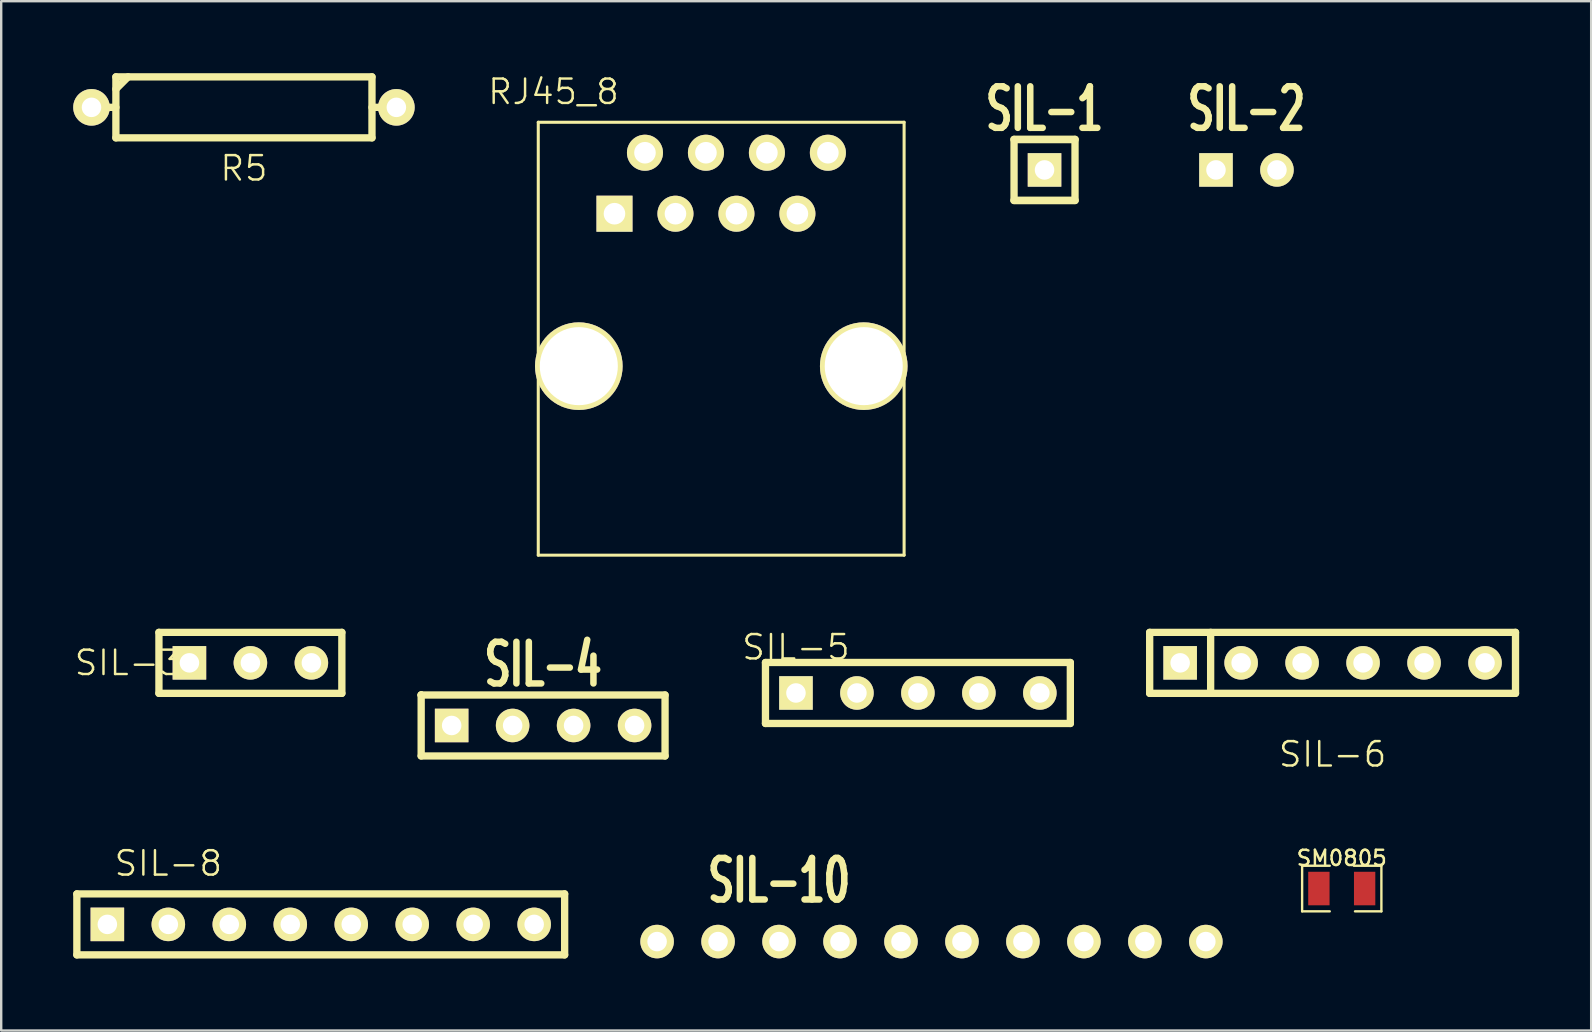
<source format=kicad_pcb>
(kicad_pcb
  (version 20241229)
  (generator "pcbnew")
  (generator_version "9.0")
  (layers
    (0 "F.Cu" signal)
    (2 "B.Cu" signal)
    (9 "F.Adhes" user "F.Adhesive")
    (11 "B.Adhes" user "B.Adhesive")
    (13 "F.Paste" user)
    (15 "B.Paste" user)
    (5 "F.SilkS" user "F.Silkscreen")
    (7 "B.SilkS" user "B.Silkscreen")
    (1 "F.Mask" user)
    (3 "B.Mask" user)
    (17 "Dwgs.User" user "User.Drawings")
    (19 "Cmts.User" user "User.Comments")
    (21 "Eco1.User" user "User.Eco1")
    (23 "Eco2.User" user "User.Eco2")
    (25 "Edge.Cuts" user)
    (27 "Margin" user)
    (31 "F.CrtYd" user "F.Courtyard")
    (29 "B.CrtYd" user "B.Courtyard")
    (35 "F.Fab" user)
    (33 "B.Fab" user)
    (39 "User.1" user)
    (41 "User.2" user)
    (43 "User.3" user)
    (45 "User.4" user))
  (footprint "SIL-3"
    (layer "F.Cu")
    (at 7.381 24.563)
    (property "Reference" "SIL-3" (at -5.08 0 0) (layer "F.SilkS") (effects (font (size 1.016 1.016) (thickness 0.102))))
    (attr through_hole)
    (fp_line (start -3.81 -1.27) (end 3.81 -1.27) (stroke (width 0.305) (type solid)) (layer "F.SilkS"))
    (fp_line (start -3.81 1.27) (end -3.81 -1.27) (stroke (width 0.305) (type solid)) (layer "F.SilkS"))
    (fp_line (start 3.81 -1.27) (end 3.81 1.27) (stroke (width 0.305) (type solid)) (layer "F.SilkS"))
    (fp_line (start 3.81 1.27) (end -3.81 1.27) (stroke (width 0.305) (type solid)) (layer "F.SilkS"))
    (pad "1" thru_hole rect (at -2.54 0) (size 1.397 1.397) (drill 0.813) (layers "*.Cu" "*.Mask" "F.SilkS"))
    (pad "2" thru_hole circle (at 0 0) (size 1.397 1.397) (drill 0.813) (layers "*.Cu" "*.Mask" "F.SilkS"))
    (pad "3" thru_hole circle (at 2.54 0) (size 1.397 1.397) (drill 0.813) (layers "*.Cu" "*.Mask" "F.SilkS")))
  (footprint "SIL-1"
    (layer "F.Cu")
    (at 40.463 4.029)
    (property "Reference" "SIL-1" (at 0 -2.54 0) (layer "F.SilkS") (effects (font (size 1.73 1.087) (thickness 0.272))))
    (attr through_hole)
    (fp_line (start -1.27 -1.27) (end 1.27 -1.27) (stroke (width 0.318) (type solid)) (layer "F.SilkS"))
    (fp_line (start -1.27 1.27) (end -1.27 -1.27) (stroke (width 0.305) (type solid)) (layer "F.SilkS"))
    (fp_line (start -1.27 1.27) (end 1.27 1.27) (stroke (width 0.318) (type solid)) (layer "F.SilkS"))
    (fp_line (start 1.27 -1.27) (end 1.27 1.27) (stroke (width 0.305) (type solid)) (layer "F.SilkS"))
    (pad "1" thru_hole rect (at 0 0) (size 1.397 1.397) (drill 0.813) (layers "*.Cu" "*.Mask" "F.SilkS")))
  (footprint "R5"
    (layer "F.Cu")
    (at 7.112 1.422)
    (property "Reference" "R5" (at 0 2.54 0) (layer "F.SilkS") (effects (font (size 1.016 1.016) (thickness 0.102))))
    (attr through_hole)
    (fp_line (start -6.35 0) (end -5.334 0) (stroke (width 0.305) (type solid)) (layer "F.SilkS"))
    (fp_line (start -5.334 -1.27) (end 5.334 -1.27) (stroke (width 0.305) (type solid)) (layer "F.SilkS"))
    (fp_line (start -5.334 -0.762) (end -4.826 -1.27) (stroke (width 0.305) (type solid)) (layer "F.SilkS"))
    (fp_line (start -5.334 1.27) (end -5.334 -1.27) (stroke (width 0.305) (type solid)) (layer "F.SilkS"))
    (fp_line (start 5.334 -1.27) (end 5.334 1.27) (stroke (width 0.305) (type solid)) (layer "F.SilkS"))
    (fp_line (start 5.334 1.27) (end -5.334 1.27) (stroke (width 0.305) (type solid)) (layer "F.SilkS"))
    (fp_line (start 6.35 0) (end 5.334 0) (stroke (width 0.305) (type solid)) (layer "F.SilkS"))
    (pad "1" thru_hole circle (at -6.35 0) (size 1.524 1.524) (drill 0.813) (layers "*.Cu" "*.Mask" "F.SilkS"))
    (pad "2" thru_hole circle (at 6.35 0) (size 1.524 1.524) (drill 0.813) (layers "*.Cu" "*.Mask" "F.SilkS")))
  (footprint "SIL-4"
    (layer "F.Cu")
    (at 19.575 27.172)
    (property "Reference" "SIL-4" (at 0 -2.54 0) (layer "F.SilkS") (effects (font (size 1.735 1.087) (thickness 0.305))))
    (attr through_hole)
    (fp_line (start -5.08 -1.27) (end -5.08 -1.27) (stroke (width 0.305) (type solid)) (layer "F.SilkS"))
    (fp_line (start -5.08 -1.27) (end -5.08 -1.27) (stroke (width 0.305) (type solid)) (layer "F.SilkS"))
    (fp_line (start -5.08 -1.27) (end 5.08 -1.27) (stroke (width 0.305) (type solid)) (layer "F.SilkS"))
    (fp_line (start -5.08 1.27) (end -5.08 -1.27) (stroke (width 0.305) (type solid)) (layer "F.SilkS"))
    (fp_line (start 5.08 -1.27) (end 5.08 1.27) (stroke (width 0.305) (type solid)) (layer "F.SilkS"))
    (fp_line (start 5.08 1.27) (end -5.08 1.27) (stroke (width 0.305) (type solid)) (layer "F.SilkS"))
    (pad "1" thru_hole rect (at -3.81 0) (size 1.397 1.397) (drill 0.813) (layers "*.Cu" "*.Mask" "F.SilkS"))
    (pad "2" thru_hole circle (at -1.27 0) (size 1.397 1.397) (drill 0.813) (layers "*.Cu" "*.Mask" "F.SilkS"))
    (pad "3" thru_hole circle (at 1.27 0) (size 1.397 1.397) (drill 0.813) (layers "*.Cu" "*.Mask" "F.SilkS"))
    (pad "4" thru_hole circle (at 3.81 0) (size 1.397 1.397) (drill 0.813) (layers "*.Cu" "*.Mask" "F.SilkS")))
  (footprint "SIL-8"
    (layer "F.Cu")
    (at 10.312 35.458)
    (property "Reference" "SIL-8" (at -6.35 -2.54 0) (layer "F.SilkS") (effects (font (size 1.016 1.016) (thickness 0.102))))
    (attr through_hole)
    (fp_line (start -10.16 -1.27) (end 10.16 -1.27) (stroke (width 0.305) (type solid)) (layer "F.SilkS"))
    (fp_line (start -10.16 1.27) (end -10.16 -1.27) (stroke (width 0.305) (type solid)) (layer "F.SilkS"))
    (fp_line (start 10.16 -1.27) (end 10.16 1.27) (stroke (width 0.305) (type solid)) (layer "F.SilkS"))
    (fp_line (start 10.16 1.27) (end -10.16 1.27) (stroke (width 0.305) (type solid)) (layer "F.SilkS"))
    (pad "1" thru_hole rect (at -8.89 0) (size 1.397 1.397) (drill 0.813) (layers "*.Cu" "*.Mask" "F.SilkS"))
    (pad "2" thru_hole circle (at -6.35 0) (size 1.397 1.397) (drill 0.813) (layers "*.Cu" "*.Mask" "F.SilkS"))
    (pad "3" thru_hole circle (at -3.81 0) (size 1.397 1.397) (drill 0.813) (layers "*.Cu" "*.Mask" "F.SilkS"))
    (pad "4" thru_hole circle (at -1.27 0) (size 1.397 1.397) (drill 0.813) (layers "*.Cu" "*.Mask" "F.SilkS"))
    (pad "5" thru_hole circle (at 1.27 0) (size 1.397 1.397) (drill 0.813) (layers "*.Cu" "*.Mask" "F.SilkS"))
    (pad "6" thru_hole circle (at 3.81 0) (size 1.397 1.397) (drill 0.813) (layers "*.Cu" "*.Mask" "F.SilkS"))
    (pad "7" thru_hole circle (at 6.35 0) (size 1.397 1.397) (drill 0.813) (layers "*.Cu" "*.Mask" "F.SilkS"))
    (pad "8" thru_hole circle (at 8.89 0) (size 1.397 1.397) (drill 0.813) (layers "*.Cu" "*.Mask" "F.SilkS")))
  (footprint "RJ45_8"
    (layer "F.Cu")
    (at 26.993 12.203)
    (property "Reference" "RJ45_8" (at -6.985 -11.43 0) (layer "F.SilkS") (effects (font (size 1.016 1.016) (thickness 0.102))))
    (attr through_hole)
    (fp_line (start -7.62 -10.16) (end -7.62 7.874) (stroke (width 0.127) (type solid)) (layer "F.SilkS"))
    (fp_line (start -7.62 7.874) (end 7.62 7.874) (stroke (width 0.127) (type solid)) (layer "F.SilkS"))
    (fp_line (start 7.62 -10.16) (end -7.62 -10.16) (stroke (width 0.127) (type solid)) (layer "F.SilkS"))
    (fp_line (start 7.62 7.874) (end 7.62 -10.16) (stroke (width 0.127) (type solid)) (layer "F.SilkS"))
    (pad "1" thru_hole rect (at -4.445 -6.35) (size 1.501 1.501) (drill 0.899) (layers "*.Cu" "*.Mask" "F.SilkS"))
    (pad "2" thru_hole circle (at -3.175 -8.89) (size 1.501 1.501) (drill 0.899) (layers "*.Cu" "*.Mask" "F.SilkS"))
    (pad "3" thru_hole circle (at -1.905 -6.35) (size 1.501 1.501) (drill 0.899) (layers "*.Cu" "*.Mask" "F.SilkS"))
    (pad "4" thru_hole circle (at -0.635 -8.89) (size 1.501 1.501) (drill 0.899) (layers "*.Cu" "*.Mask" "F.SilkS"))
    (pad "5" thru_hole circle (at 0.635 -6.35) (size 1.501 1.501) (drill 0.899) (layers "*.Cu" "*.Mask" "F.SilkS"))
    (pad "6" thru_hole circle (at 1.905 -8.89) (size 1.501 1.501) (drill 0.899) (layers "*.Cu" "*.Mask" "F.SilkS"))
    (pad "7" thru_hole circle (at 3.175 -6.35) (size 1.501 1.501) (drill 0.899) (layers "*.Cu" "*.Mask" "F.SilkS"))
    (pad "8" thru_hole circle (at 4.445 -8.89) (size 1.501 1.501) (drill 0.899) (layers "*.Cu" "*.Mask" "F.SilkS"))
    (pad "Hole" thru_hole circle (at -5.931 0) (size 3.65 3.65) (drill 3.251) (layers "*.Cu" "*.Mask" "F.SilkS"))
    (pad "Hole" thru_hole circle (at 5.939 0) (size 3.65 3.65) (drill 3.251) (layers "*.Cu" "*.Mask" "F.SilkS")))
  (footprint "SIL-10"
    (layer "F.Cu")
    (at 35.753 36.174)
    (property "Reference" "SIL-10" (at -6.35 -2.54 0) (layer "F.SilkS") (effects (font (size 1.73 1.087) (thickness 0.272))))
    (attr through_hole)
    (pad "1" thru_hole circle (at -11.43 0) (size 1.397 1.397) (drill 0.813) (layers "*.Cu" "*.Mask" "F.SilkS"))
    (pad "2" thru_hole circle (at -8.89 0) (size 1.397 1.397) (drill 0.813) (layers "*.Cu" "*.Mask" "F.SilkS"))
    (pad "3" thru_hole circle (at -6.35 0) (size 1.397 1.397) (drill 0.813) (layers "*.Cu" "*.Mask" "F.SilkS"))
    (pad "4" thru_hole circle (at -3.81 0) (size 1.397 1.397) (drill 0.813) (layers "*.Cu" "*.Mask" "F.SilkS"))
    (pad "5" thru_hole circle (at -1.27 0) (size 1.397 1.397) (drill 0.813) (layers "*.Cu" "*.Mask" "F.SilkS"))
    (pad "6" thru_hole circle (at 1.27 0) (size 1.397 1.397) (drill 0.813) (layers "*.Cu" "*.Mask" "F.SilkS"))
    (pad "7" thru_hole circle (at 3.81 0) (size 1.397 1.397) (drill 0.813) (layers "*.Cu" "*.Mask" "F.SilkS"))
    (pad "8" thru_hole circle (at 6.35 0) (size 1.397 1.397) (drill 0.813) (layers "*.Cu" "*.Mask" "F.SilkS"))
    (pad "9" thru_hole circle (at 8.89 0) (size 1.397 1.397) (drill 0.813) (layers "*.Cu" "*.Mask" "F.SilkS"))
    (pad "10" thru_hole circle (at 11.43 0) (size 1.397 1.397) (drill 0.813) (layers "*.Cu" "*.Mask" "F.SilkS")))
  (footprint "SIL-5"
    (layer "F.Cu")
    (at 36.458 25.818)
    (property "Reference" "SIL-5" (at -6.35 -1.905 0) (layer "F.SilkS") (effects (font (size 1.016 1.016) (thickness 0.102))))
    (attr through_hole)
    (fp_line (start -7.62 -1.27) (end 5.08 -1.27) (stroke (width 0.305) (type solid)) (layer "F.SilkS"))
    (fp_line (start -7.62 1.27) (end -7.62 -1.27) (stroke (width 0.305) (type solid)) (layer "F.SilkS"))
    (fp_line (start 5.08 -1.27) (end 5.08 1.27) (stroke (width 0.305) (type solid)) (layer "F.SilkS"))
    (fp_line (start 5.08 1.27) (end -7.62 1.27) (stroke (width 0.305) (type solid)) (layer "F.SilkS"))
    (pad "1" thru_hole rect (at -6.35 0) (size 1.397 1.397) (drill 0.813) (layers "*.Cu" "*.Mask" "F.SilkS"))
    (pad "2" thru_hole circle (at -3.81 0) (size 1.397 1.397) (drill 0.813) (layers "*.Cu" "*.Mask" "F.SilkS"))
    (pad "3" thru_hole circle (at -1.27 0) (size 1.397 1.397) (drill 0.813) (layers "*.Cu" "*.Mask" "F.SilkS"))
    (pad "4" thru_hole circle (at 1.27 0) (size 1.397 1.397) (drill 0.813) (layers "*.Cu" "*.Mask" "F.SilkS"))
    (pad "5" thru_hole circle (at 3.81 0) (size 1.397 1.397) (drill 0.813) (layers "*.Cu" "*.Mask" "F.SilkS")))
  (footprint "SM0805"
    (layer "F.Cu")
    (at 52.845 33.965)
    (property "Reference" "SM0805" (at 0 -1.27 0) (layer "F.SilkS") (effects (font (size 0.635 0.635) (thickness 0.102))))
    (attr smd)
    (fp_line (start -1.651 -0.95) (end -1.651 0.95) (stroke (width 0.099) (type solid)) (layer "F.SilkS"))
    (fp_line (start -1.651 0.95) (end -0.5 0.95) (stroke (width 0.099) (type solid)) (layer "F.SilkS"))
    (fp_line (start -0.5 -0.95) (end -1.651 -0.95) (stroke (width 0.099) (type solid)) (layer "F.SilkS"))
    (fp_line (start 0.551 0.95) (end 1.651 0.95) (stroke (width 0.099) (type solid)) (layer "F.SilkS"))
    (fp_line (start 1.651 -0.95) (end 0.5 -0.95) (stroke (width 0.099) (type solid)) (layer "F.SilkS"))
    (fp_line (start 1.651 0.95) (end 1.651 -0.95) (stroke (width 0.099) (type solid)) (layer "F.SilkS"))
    (pad "1" smd rect (at -0.953 0) (size 0.889 1.397) (layers "F.Cu" "F.Mask" "F.Paste"))
    (pad "2" smd rect (at 0.953 0) (size 0.889 1.397) (layers "F.Cu" "F.Mask" "F.Paste")))
  (footprint "SIL-6"
    (placed yes)
    (layer "F.Cu")
    (at 52.463 24.563)
    (property "Reference" "SIL-6" (at 0 3.81 0) (layer "F.SilkS") (effects (font (size 1.016 1.016) (thickness 0.102))))
    (attr through_hole)
    (fp_line (start -7.62 -1.27) (end 7.62 -1.27) (stroke (width 0.305) (type solid)) (layer "F.SilkS"))
    (fp_line (start -7.62 1.27) (end -7.62 -1.27) (stroke (width 0.305) (type solid)) (layer "F.SilkS"))
    (fp_line (start -5.08 1.27) (end -5.08 -1.27) (stroke (width 0.305) (type solid)) (layer "F.SilkS"))
    (fp_line (start 7.62 -1.27) (end 7.62 1.27) (stroke (width 0.305) (type solid)) (layer "F.SilkS"))
    (fp_line (start 7.62 1.27) (end -7.62 1.27) (stroke (width 0.305) (type solid)) (layer "F.SilkS"))
    (pad "1" thru_hole rect (at -6.35 0) (size 1.397 1.397) (drill 0.813) (layers "*.Cu" "*.Mask" "F.SilkS"))
    (pad "2" thru_hole circle (at -3.81 0) (size 1.397 1.397) (drill 0.813) (layers "*.Cu" "*.Mask" "F.SilkS"))
    (pad "3" thru_hole circle (at -1.27 0) (size 1.397 1.397) (drill 0.813) (layers "*.Cu" "*.Mask" "F.SilkS"))
    (pad "4" thru_hole circle (at 1.27 0) (size 1.397 1.397) (drill 0.813) (layers "*.Cu" "*.Mask" "F.SilkS"))
    (pad "5" thru_hole circle (at 3.81 0) (size 1.397 1.397) (drill 0.813) (layers "*.Cu" "*.Mask" "F.SilkS"))
    (pad "6" thru_hole circle (at 6.35 0) (size 1.397 1.397) (drill 0.813) (layers "*.Cu" "*.Mask" "F.SilkS")))
  (footprint "SIL-2"
    (layer "F.Cu")
    (at 48.875 4.029)
    (property "Reference" "SIL-2" (at 0 -2.54 0) (layer "F.SilkS") (effects (font (size 1.73 1.087) (thickness 0.272))))
    (attr through_hole)
    (pad "1" thru_hole rect (at -1.27 0) (size 1.397 1.397) (drill 0.813) (layers "*.Cu" "*.Mask" "F.SilkS"))
    (pad "2" thru_hole circle (at 1.27 0) (size 1.397 1.397) (drill 0.813) (layers "*.Cu" "*.Mask" "F.SilkS")))
  (gr_rect
    (start -3 -3)
    (end 63.235 39.88)
    (stroke (width 0.1) (type default))
    (fill no)
    (layer "Edge.Cuts")))
</source>
